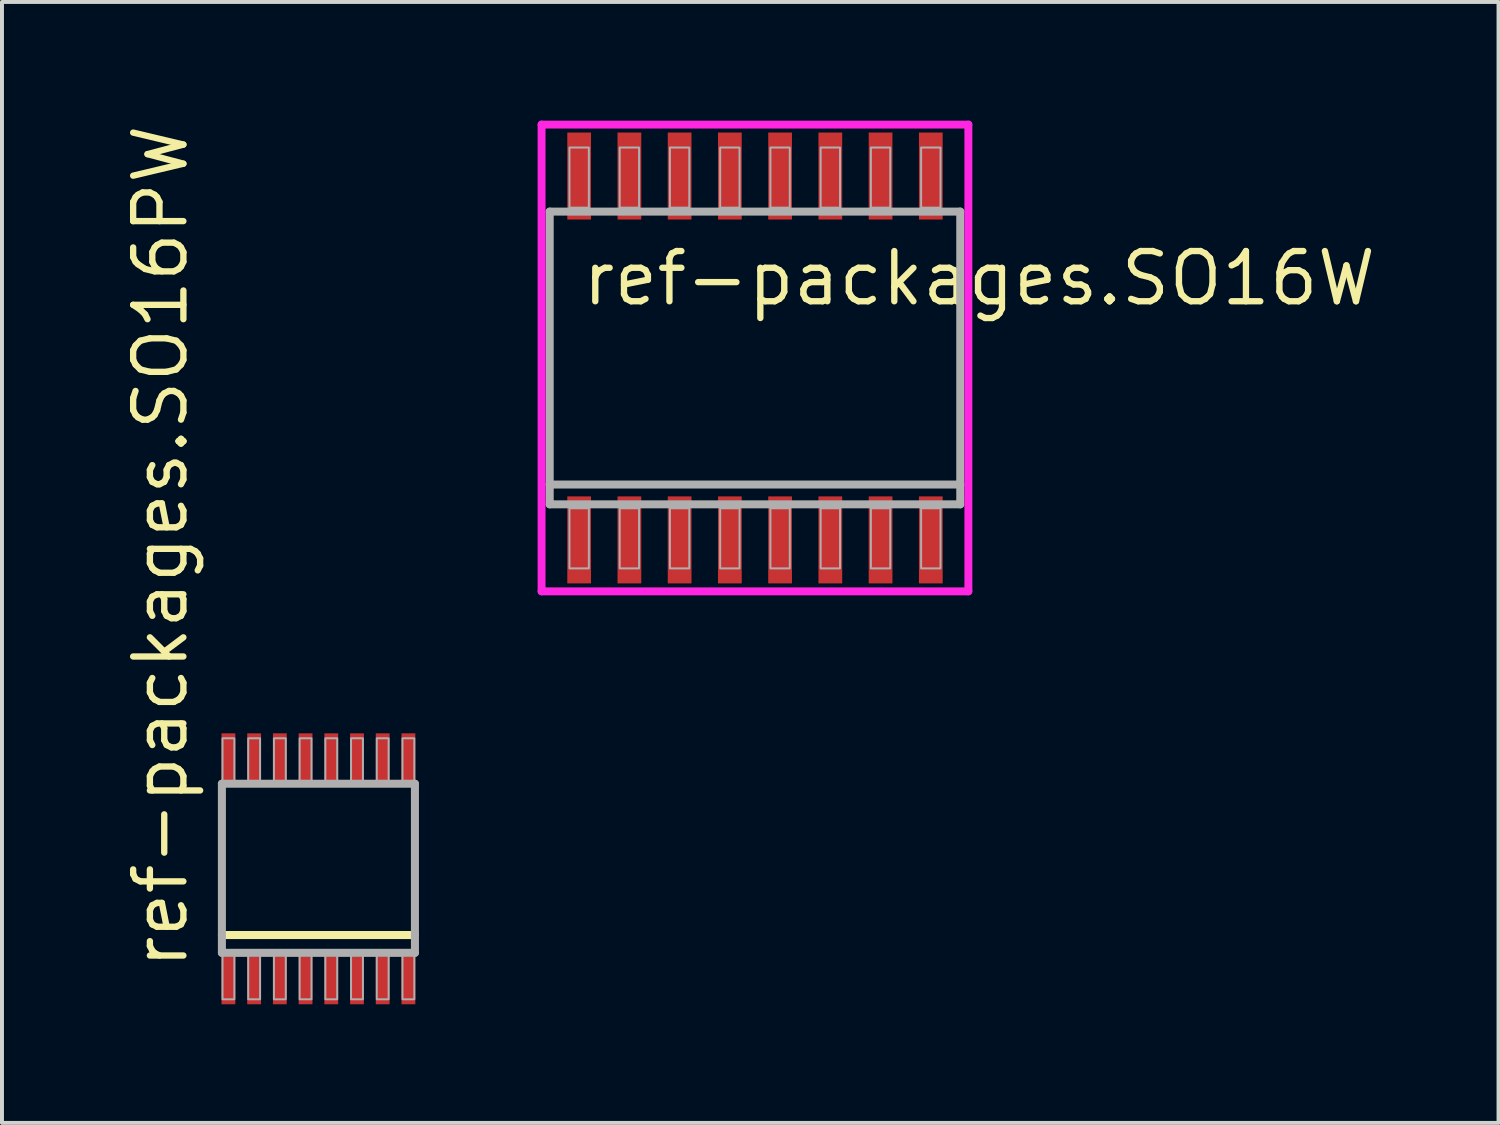
<source format=kicad_pcb>
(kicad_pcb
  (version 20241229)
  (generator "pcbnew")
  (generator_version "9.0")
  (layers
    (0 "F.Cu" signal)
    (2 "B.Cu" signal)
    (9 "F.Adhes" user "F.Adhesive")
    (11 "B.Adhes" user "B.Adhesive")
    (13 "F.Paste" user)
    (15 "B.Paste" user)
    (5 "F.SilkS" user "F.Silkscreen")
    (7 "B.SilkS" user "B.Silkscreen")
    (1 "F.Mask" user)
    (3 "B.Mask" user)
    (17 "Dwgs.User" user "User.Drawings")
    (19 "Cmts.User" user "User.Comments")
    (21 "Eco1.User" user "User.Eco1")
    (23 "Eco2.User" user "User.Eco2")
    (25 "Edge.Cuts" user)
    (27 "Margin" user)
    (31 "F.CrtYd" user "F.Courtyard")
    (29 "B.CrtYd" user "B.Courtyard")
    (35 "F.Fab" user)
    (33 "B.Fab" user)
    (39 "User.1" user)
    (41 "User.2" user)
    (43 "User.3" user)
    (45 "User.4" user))
  (footprint "ref-packages.SO16W"
    (layer "F.Cu")
    (at 16.037 6)
    (property "Reference" "ref-packages.SO16W" (at -4.445 -1.27 0) (layer "F.SilkS") (effects (font (size 1.27 1.27) (thickness 0.16)) (justify left bottom)))
    (attr smd)
    (fp_line (start -5.395 -5.9) (end 5.395 -5.9) (stroke (width 0.2) (type default)) (layer "F.CrtYd"))
    (fp_line (start -5.395 5.9) (end -5.395 -5.9) (stroke (width 0.2) (type default)) (layer "F.CrtYd"))
    (fp_line (start 5.395 -5.9) (end 5.395 5.9) (stroke (width 0.2) (type default)) (layer "F.CrtYd"))
    (fp_line (start 5.395 5.9) (end -5.395 5.9) (stroke (width 0.2) (type default)) (layer "F.CrtYd"))
    (fp_line (start -5.19 -3.7) (end 5.19 -3.7) (stroke (width 0.203) (type default)) (layer "F.Fab"))
    (fp_line (start -5.19 3.2) (end -5.19 -3.7) (stroke (width 0.203) (type default)) (layer "F.Fab"))
    (fp_line (start -5.19 3.7) (end -5.19 3.2) (stroke (width 0.203) (type default)) (layer "F.Fab"))
    (fp_line (start 5.19 -3.7) (end 5.19 3.2) (stroke (width 0.203) (type default)) (layer "F.Fab"))
    (fp_line (start 5.19 3.2) (end -5.19 3.2) (stroke (width 0.203) (type default)) (layer "F.Fab"))
    (fp_line (start 5.19 3.2) (end 5.19 3.7) (stroke (width 0.203) (type default)) (layer "F.Fab"))
    (fp_line (start 5.19 3.7) (end -5.19 3.7) (stroke (width 0.203) (type default)) (layer "F.Fab"))
    (fp_rect (start -4.69 -3.8) (end -4.2 -5.32) (stroke (width 0.05) (type default)) (fill no) (layer "F.Fab"))
    (fp_rect (start -4.69 5.32) (end -4.2 3.8) (stroke (width 0.05) (type default)) (fill no) (layer "F.Fab"))
    (fp_rect (start -3.42 -3.8) (end -2.93 -5.32) (stroke (width 0.05) (type default)) (fill no) (layer "F.Fab"))
    (fp_rect (start -3.42 5.32) (end -2.93 3.8) (stroke (width 0.05) (type default)) (fill no) (layer "F.Fab"))
    (fp_rect (start -2.15 -3.8) (end -1.66 -5.32) (stroke (width 0.05) (type default)) (fill no) (layer "F.Fab"))
    (fp_rect (start -2.15 5.32) (end -1.66 3.8) (stroke (width 0.05) (type default)) (fill no) (layer "F.Fab"))
    (fp_rect (start -0.88 -3.8) (end -0.39 -5.32) (stroke (width 0.05) (type default)) (fill no) (layer "F.Fab"))
    (fp_rect (start -0.88 5.32) (end -0.39 3.8) (stroke (width 0.05) (type default)) (fill no) (layer "F.Fab"))
    (fp_rect (start 0.39 -3.8) (end 0.88 -5.32) (stroke (width 0.05) (type default)) (fill no) (layer "F.Fab"))
    (fp_rect (start 0.39 5.32) (end 0.88 3.8) (stroke (width 0.05) (type default)) (fill no) (layer "F.Fab"))
    (fp_rect (start 1.66 -3.8) (end 2.15 -5.32) (stroke (width 0.05) (type default)) (fill no) (layer "F.Fab"))
    (fp_rect (start 1.66 5.32) (end 2.15 3.8) (stroke (width 0.05) (type default)) (fill no) (layer "F.Fab"))
    (fp_rect (start 2.93 -3.8) (end 3.42 -5.32) (stroke (width 0.05) (type default)) (fill no) (layer "F.Fab"))
    (fp_rect (start 2.93 5.32) (end 3.42 3.8) (stroke (width 0.05) (type default)) (fill no) (layer "F.Fab"))
    (fp_rect (start 4.2 -3.8) (end 4.69 -5.32) (stroke (width 0.05) (type default)) (fill no) (layer "F.Fab"))
    (fp_rect (start 4.2 5.32) (end 4.69 3.8) (stroke (width 0.05) (type default)) (fill no) (layer "F.Fab"))
    (pad "1" smd roundrect (at -4.445 4.6) (size 0.6 2.2) (layers "F.Cu" "F.Mask" "F.Paste") (roundrect_rratio 0.01))
    (pad "2" smd roundrect (at -3.175 4.6) (size 0.6 2.2) (layers "F.Cu" "F.Mask" "F.Paste") (roundrect_rratio 0.01))
    (pad "3" smd roundrect (at -1.905 4.6) (size 0.6 2.2) (layers "F.Cu" "F.Mask" "F.Paste") (roundrect_rratio 0.01))
    (pad "4" smd roundrect (at -0.635 4.6) (size 0.6 2.2) (layers "F.Cu" "F.Mask" "F.Paste") (roundrect_rratio 0.01))
    (pad "5" smd roundrect (at 0.635 4.6) (size 0.6 2.2) (layers "F.Cu" "F.Mask" "F.Paste") (roundrect_rratio 0.01))
    (pad "6" smd roundrect (at 1.905 4.6) (size 0.6 2.2) (layers "F.Cu" "F.Mask" "F.Paste") (roundrect_rratio 0.01))
    (pad "7" smd roundrect (at 3.175 4.6) (size 0.6 2.2) (layers "F.Cu" "F.Mask" "F.Paste") (roundrect_rratio 0.01))
    (pad "8" smd roundrect (at 4.445 4.6) (size 0.6 2.2) (layers "F.Cu" "F.Mask" "F.Paste") (roundrect_rratio 0.01))
    (pad "9" smd roundrect (at 4.445 -4.6) (size 0.6 2.2) (layers "F.Cu" "F.Mask" "F.Paste") (roundrect_rratio 0.01))
    (pad "10" smd roundrect (at 3.175 -4.6) (size 0.6 2.2) (layers "F.Cu" "F.Mask" "F.Paste") (roundrect_rratio 0.01))
    (pad "11" smd roundrect (at 1.905 -4.6) (size 0.6 2.2) (layers "F.Cu" "F.Mask" "F.Paste") (roundrect_rratio 0.01))
    (pad "12" smd roundrect (at 0.635 -4.6) (size 0.6 2.2) (layers "F.Cu" "F.Mask" "F.Paste") (roundrect_rratio 0.01))
    (pad "13" smd roundrect (at -0.635 -4.6) (size 0.6 2.2) (layers "F.Cu" "F.Mask" "F.Paste") (roundrect_rratio 0.01))
    (pad "14" smd roundrect (at -1.905 -4.6) (size 0.6 2.2) (layers "F.Cu" "F.Mask" "F.Paste") (roundrect_rratio 0.01))
    (pad "15" smd roundrect (at -3.175 -4.6) (size 0.6 2.2) (layers "F.Cu" "F.Mask" "F.Paste") (roundrect_rratio 0.01))
    (pad "16" smd roundrect (at -4.445 -4.6) (size 0.6 2.2) (layers "F.Cu" "F.Mask" "F.Paste") (roundrect_rratio 0.01)))
  (footprint "ref-packages.SO16PW"
    (layer "F.Cu")
    (at 5 18.914)
    (property "Reference" "ref-packages.SO16PW" (at -3.25 2.6 90) (layer "F.SilkS") (effects (font (size 1.27 1.27) (thickness 0.16)) (justify left bottom)))
    (attr smd)
    (fp_line (start 2.44 1.675) (end -2.44 1.675) (stroke (width 0.203) (type default)) (layer "F.SilkS"))
    (fp_line (start -2.44 -2.15) (end 2.44 -2.15) (stroke (width 0.203) (type default)) (layer "F.Fab"))
    (fp_line (start -2.44 2.125) (end -2.44 -2.15) (stroke (width 0.203) (type default)) (layer "F.Fab"))
    (fp_line (start 2.44 -2.15) (end 2.44 2.125) (stroke (width 0.203) (type default)) (layer "F.Fab"))
    (fp_line (start 2.44 2.125) (end -2.44 2.125) (stroke (width 0.203) (type default)) (layer "F.Fab"))
    (fp_rect (start -2.425 -2.1) (end -2.125 -3.3) (stroke (width 0.05) (type default)) (fill no) (layer "F.Fab"))
    (fp_rect (start -2.425 3.3) (end -2.125 2.1) (stroke (width 0.05) (type default)) (fill no) (layer "F.Fab"))
    (fp_rect (start -1.775 -2.1) (end -1.475 -3.3) (stroke (width 0.05) (type default)) (fill no) (layer "F.Fab"))
    (fp_rect (start -1.775 3.3) (end -1.475 2.1) (stroke (width 0.05) (type default)) (fill no) (layer "F.Fab"))
    (fp_rect (start -1.125 -2.1) (end -0.825 -3.3) (stroke (width 0.05) (type default)) (fill no) (layer "F.Fab"))
    (fp_rect (start -1.125 3.3) (end -0.825 2.1) (stroke (width 0.05) (type default)) (fill no) (layer "F.Fab"))
    (fp_rect (start -0.475 -2.1) (end -0.175 -3.3) (stroke (width 0.05) (type default)) (fill no) (layer "F.Fab"))
    (fp_rect (start -0.475 3.3) (end -0.175 2.1) (stroke (width 0.05) (type default)) (fill no) (layer "F.Fab"))
    (fp_rect (start 0.175 -2.1) (end 0.475 -3.3) (stroke (width 0.05) (type default)) (fill no) (layer "F.Fab"))
    (fp_rect (start 0.175 3.3) (end 0.475 2.1) (stroke (width 0.05) (type default)) (fill no) (layer "F.Fab"))
    (fp_rect (start 0.825 -2.1) (end 1.125 -3.3) (stroke (width 0.05) (type default)) (fill no) (layer "F.Fab"))
    (fp_rect (start 0.825 3.3) (end 1.125 2.1) (stroke (width 0.05) (type default)) (fill no) (layer "F.Fab"))
    (fp_rect (start 1.475 -2.1) (end 1.775 -3.3) (stroke (width 0.05) (type default)) (fill no) (layer "F.Fab"))
    (fp_rect (start 1.475 3.3) (end 1.775 2.1) (stroke (width 0.05) (type default)) (fill no) (layer "F.Fab"))
    (fp_rect (start 2.125 -2.1) (end 2.425 -3.3) (stroke (width 0.05) (type default)) (fill no) (layer "F.Fab"))
    (fp_rect (start 2.125 3.3) (end 2.425 2.1) (stroke (width 0.05) (type default)) (fill no) (layer "F.Fab"))
    (pad "1" smd roundrect (at -2.275 2.825) (size 0.35 1.2) (layers "F.Cu" "F.Mask" "F.Paste") (roundrect_rratio 0.01))
    (pad "2" smd roundrect (at -1.625 2.825) (size 0.35 1.2) (layers "F.Cu" "F.Mask" "F.Paste") (roundrect_rratio 0.01))
    (pad "3" smd roundrect (at -0.975 2.825) (size 0.35 1.2) (layers "F.Cu" "F.Mask" "F.Paste") (roundrect_rratio 0.01))
    (pad "4" smd roundrect (at -0.325 2.825) (size 0.35 1.2) (layers "F.Cu" "F.Mask" "F.Paste") (roundrect_rratio 0.01))
    (pad "5" smd roundrect (at 0.325 2.825) (size 0.35 1.2) (layers "F.Cu" "F.Mask" "F.Paste") (roundrect_rratio 0.01))
    (pad "6" smd roundrect (at 0.975 2.825) (size 0.35 1.2) (layers "F.Cu" "F.Mask" "F.Paste") (roundrect_rratio 0.01))
    (pad "7" smd roundrect (at 1.625 2.825) (size 0.35 1.2) (layers "F.Cu" "F.Mask" "F.Paste") (roundrect_rratio 0.01))
    (pad "8" smd roundrect (at 2.275 2.825) (size 0.35 1.2) (layers "F.Cu" "F.Mask" "F.Paste") (roundrect_rratio 0.01))
    (pad "9" smd roundrect (at 2.275 -2.825 180) (size 0.35 1.2) (layers "F.Cu" "F.Mask" "F.Paste") (roundrect_rratio 0.01))
    (pad "10" smd roundrect (at 1.625 -2.825 180) (size 0.35 1.2) (layers "F.Cu" "F.Mask" "F.Paste") (roundrect_rratio 0.01))
    (pad "11" smd roundrect (at 0.975 -2.825 180) (size 0.35 1.2) (layers "F.Cu" "F.Mask" "F.Paste") (roundrect_rratio 0.01))
    (pad "12" smd roundrect (at 0.325 -2.825 180) (size 0.35 1.2) (layers "F.Cu" "F.Mask" "F.Paste") (roundrect_rratio 0.01))
    (pad "13" smd roundrect (at -0.325 -2.825 180) (size 0.35 1.2) (layers "F.Cu" "F.Mask" "F.Paste") (roundrect_rratio 0.01))
    (pad "14" smd roundrect (at -0.975 -2.825 180) (size 0.35 1.2) (layers "F.Cu" "F.Mask" "F.Paste") (roundrect_rratio 0.01))
    (pad "15" smd roundrect (at -1.625 -2.825 180) (size 0.35 1.2) (layers "F.Cu" "F.Mask" "F.Paste") (roundrect_rratio 0.01))
    (pad "16" smd roundrect (at -2.275 -2.825 180) (size 0.35 1.2) (layers "F.Cu" "F.Mask" "F.Paste") (roundrect_rratio 0.01)))
  (gr_rect
    (start -3 -3)
    (end 34.835 25.339)
    (stroke (width 0.1) (type default))
    (fill no)
    (layer "Edge.Cuts")))
</source>
